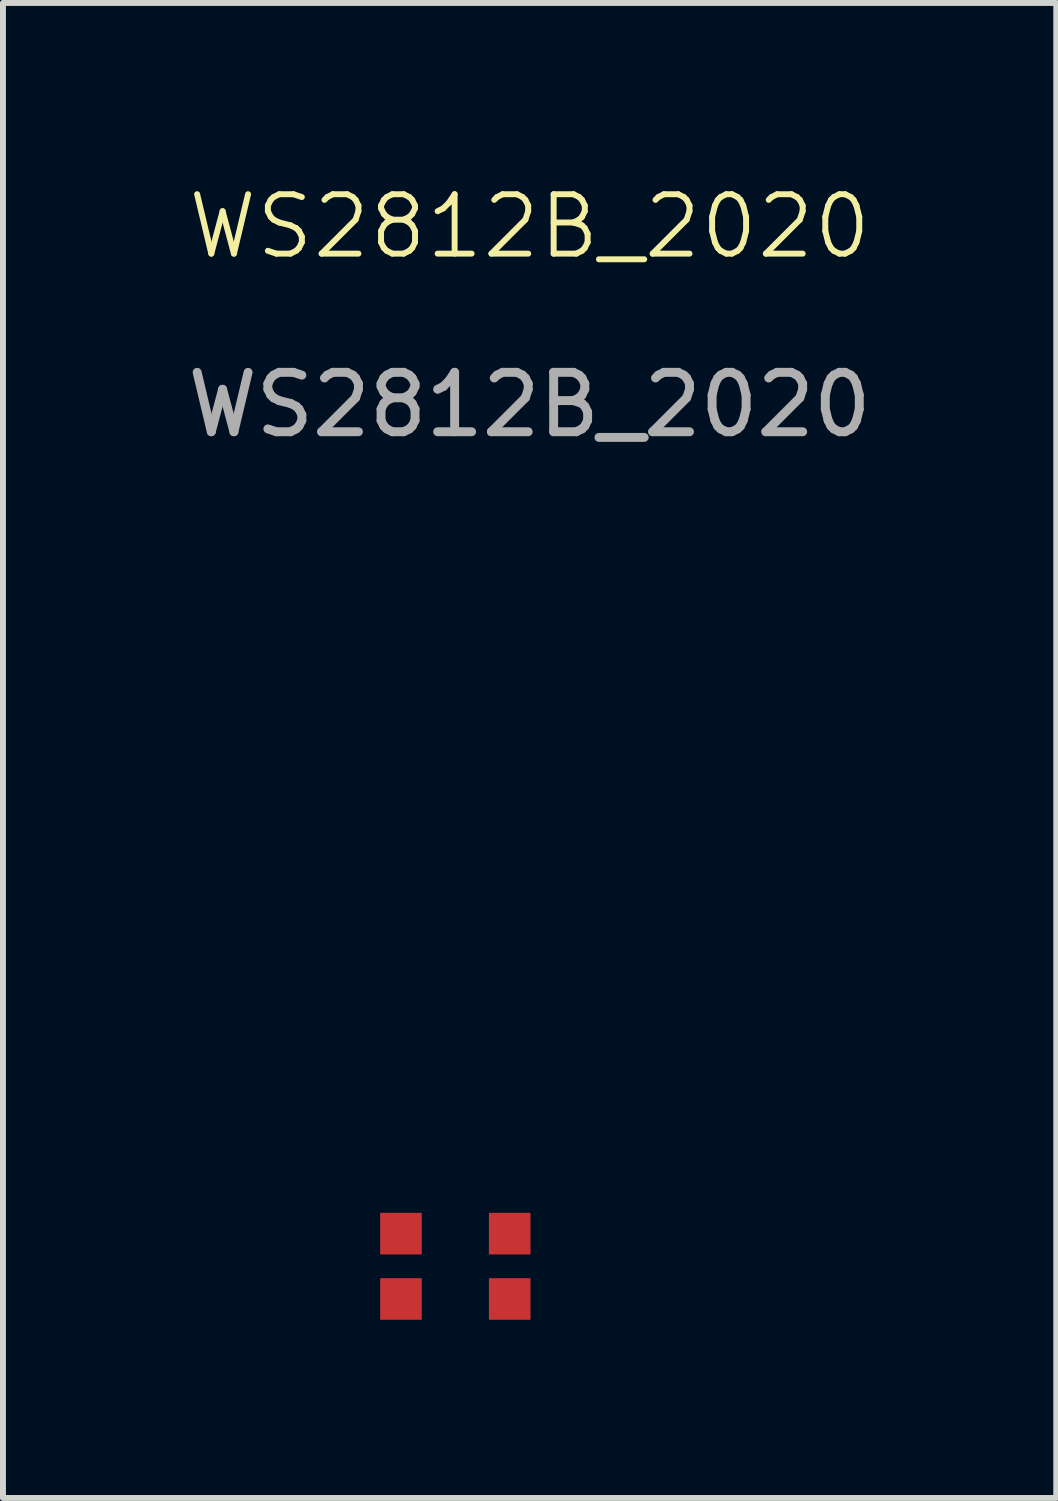
<source format=kicad_pcb>
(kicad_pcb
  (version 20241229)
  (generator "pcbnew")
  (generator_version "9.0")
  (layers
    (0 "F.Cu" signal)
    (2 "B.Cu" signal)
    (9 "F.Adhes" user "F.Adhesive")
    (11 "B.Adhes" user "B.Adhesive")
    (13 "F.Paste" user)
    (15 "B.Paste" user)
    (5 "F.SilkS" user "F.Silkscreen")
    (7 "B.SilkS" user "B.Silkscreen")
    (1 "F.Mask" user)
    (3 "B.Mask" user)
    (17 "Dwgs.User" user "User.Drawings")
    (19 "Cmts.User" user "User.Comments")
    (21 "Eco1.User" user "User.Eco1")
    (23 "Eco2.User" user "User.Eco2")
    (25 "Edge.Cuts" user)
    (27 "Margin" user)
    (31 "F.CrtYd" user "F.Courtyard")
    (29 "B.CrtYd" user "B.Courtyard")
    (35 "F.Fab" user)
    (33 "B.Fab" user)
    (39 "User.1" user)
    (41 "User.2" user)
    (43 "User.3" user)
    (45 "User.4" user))
  (footprint "WS2812B_2020"
    (layer "F.Cu")
    (at 4.613 18.261)
    (property "Reference" "WS2812B_2020" (at 1.25 -17.5 0) (unlocked yes) (layer "F.SilkS") (effects (font (size 1 1) (thickness 0.1))))
    (attr smd)
    (fp_text user "${REFERENCE}" (at 1.25 -14.5 0) (unlocked yes) (layer "F.Fab") (effects (font (size 1 1) (thickness 0.15))))
    (pad "1" smd rect (at 0.915 0.55) (size 0.7 0.7) (layers "F.Cu" "F.Mask" "F.Paste"))
    (pad "2" smd rect (at 0.915 -0.55) (size 0.7 0.7) (layers "F.Cu" "F.Mask" "F.Paste"))
    (pad "3" smd rect (at -0.915 -0.55) (size 0.7 0.7) (layers "F.Cu" "F.Mask" "F.Paste"))
    (pad "4" smd rect (at -0.915 0.55) (size 0.7 0.7) (layers "F.Cu" "F.Mask" "F.Paste")))
  (gr_rect
    (start -3 -3)
    (end 14.726 22.16)
    (stroke (width 0.1) (type default))
    (fill no)
    (layer "Edge.Cuts")))
</source>
